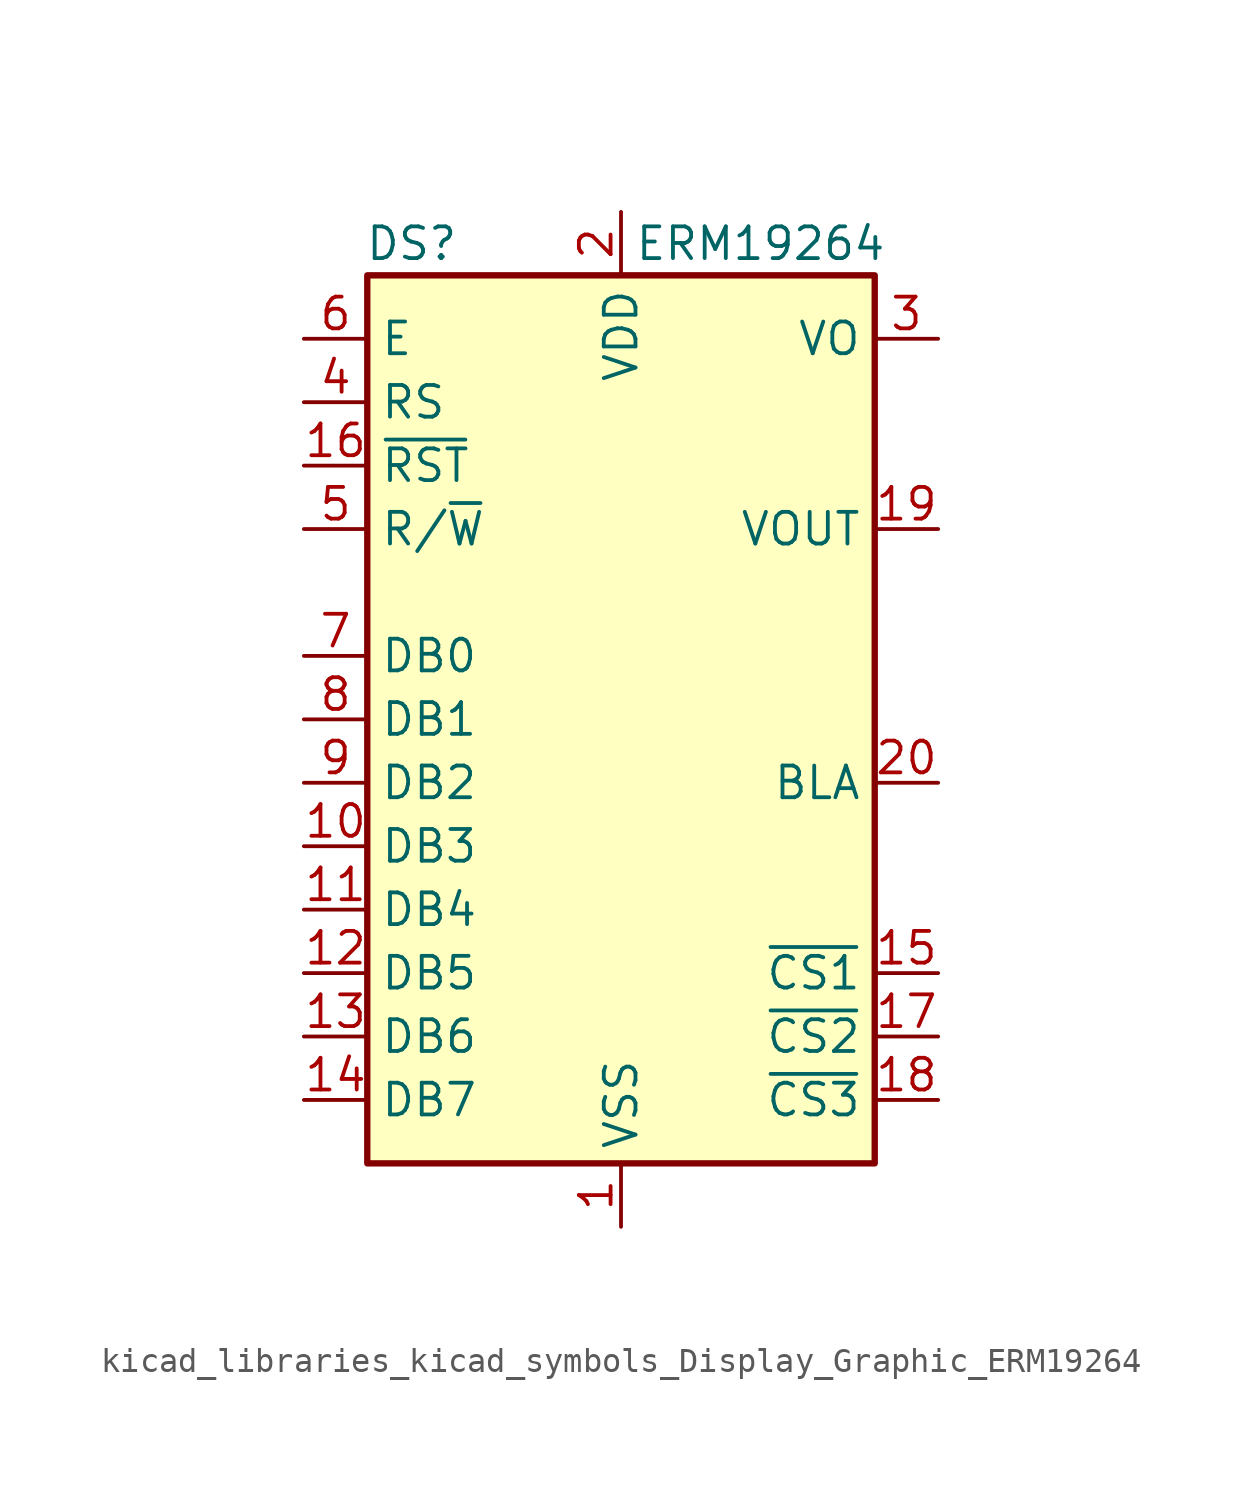
<source format=kicad_sym>
(kicad_symbol_lib
  (version 20220914)
  (generator kicad_symbol_editor)
  (symbol "kicad_libraries_kicad_symbols_Display_Graphic_ERM19264"
    (property "Reference" "DS"
      (at -8.382 19.05 0)
      (effects (font (size 1.27 1.27))))
    (property "Value" "ERM19264"
      (at 5.588 19.05 0)
      (effects (font (size 1.27 1.27))))
    (symbol "kicad_libraries_kicad_symbols_Display_Graphic_ERM19264_0_0"
      (pin input line (at 12.7 -15.24 180) (length 2.54) (name "~{CS3}" (effects (font (size 1.27 1.27)))) (number "18" (effects (font (size 1.27 1.27))))))
    (symbol "kicad_libraries_kicad_symbols_Display_Graphic_ERM19264_0_1"
      (rectangle (start -10.16 17.78) (end 10.16 -17.78) (stroke (width 0.254) (type default)) (fill (type background))))
    (symbol "kicad_libraries_kicad_symbols_Display_Graphic_ERM19264_1_1"
      (pin power_in line (at 0 -20.32 90) (length 2.54) (name "VSS" (effects (font (size 1.27 1.27)))) (number "1" (effects (font (size 1.27 1.27)))))
      (pin bidirectional line (at -12.7 -5.08 0) (length 2.54) (name "DB3" (effects (font (size 1.27 1.27)))) (number "10" (effects (font (size 1.27 1.27)))))
      (pin bidirectional line (at -12.7 -7.62 0) (length 2.54) (name "DB4" (effects (font (size 1.27 1.27)))) (number "11" (effects (font (size 1.27 1.27)))))
      (pin bidirectional line (at -12.7 -10.16 0) (length 2.54) (name "DB5" (effects (font (size 1.27 1.27)))) (number "12" (effects (font (size 1.27 1.27)))))
      (pin bidirectional line (at -12.7 -12.7 0) (length 2.54) (name "DB6" (effects (font (size 1.27 1.27)))) (number "13" (effects (font (size 1.27 1.27)))))
      (pin bidirectional line (at -12.7 -15.24 0) (length 2.54) (name "DB7" (effects (font (size 1.27 1.27)))) (number "14" (effects (font (size 1.27 1.27)))))
      (pin input line (at 12.7 -10.16 180) (length 2.54) (name "~{CS1}" (effects (font (size 1.27 1.27)))) (number "15" (effects (font (size 1.27 1.27)))))
      (pin input line (at -12.7 10.16 0) (length 2.54) (name "~{RST}" (effects (font (size 1.27 1.27)))) (number "16" (effects (font (size 1.27 1.27)))))
      (pin input line (at 12.7 -12.7 180) (length 2.54) (name "~{CS2}" (effects (font (size 1.27 1.27)))) (number "17" (effects (font (size 1.27 1.27)))))
      (pin passive line (at 12.7 7.62 180) (length 2.54) (name "VOUT" (effects (font (size 1.27 1.27)))) (number "19" (effects (font (size 1.27 1.27)))))
      (pin power_in line (at 0 20.32 270) (length 2.54) (name "VDD" (effects (font (size 1.27 1.27)))) (number "2" (effects (font (size 1.27 1.27)))))
      (pin passive line (at 12.7 -2.54 180) (length 2.54) (name "BLA" (effects (font (size 1.27 1.27)))) (number "20" (effects (font (size 1.27 1.27)))))
      (pin passive line (at 12.7 15.24 180) (length 2.54) (name "VO" (effects (font (size 1.27 1.27)))) (number "3" (effects (font (size 1.27 1.27)))))
      (pin input line (at -12.7 12.7 0) (length 2.54) (name "RS" (effects (font (size 1.27 1.27)))) (number "4" (effects (font (size 1.27 1.27)))))
      (pin input line (at -12.7 7.62 0) (length 2.54) (name "R/~{W}" (effects (font (size 1.27 1.27)))) (number "5" (effects (font (size 1.27 1.27)))))
      (pin input line (at -12.7 15.24 0) (length 2.54) (name "E" (effects (font (size 1.27 1.27)))) (number "6" (effects (font (size 1.27 1.27)))))
      (pin bidirectional line (at -12.7 2.54 0) (length 2.54) (name "DB0" (effects (font (size 1.27 1.27)))) (number "7" (effects (font (size 1.27 1.27)))))
      (pin bidirectional line (at -12.7 0 0) (length 2.54) (name "DB1" (effects (font (size 1.27 1.27)))) (number "8" (effects (font (size 1.27 1.27)))))
      (pin bidirectional line (at -12.7 -2.54 0) (length 2.54) (name "DB2" (effects (font (size 1.27 1.27)))) (number "9" (effects (font (size 1.27 1.27))))))))
</source>
